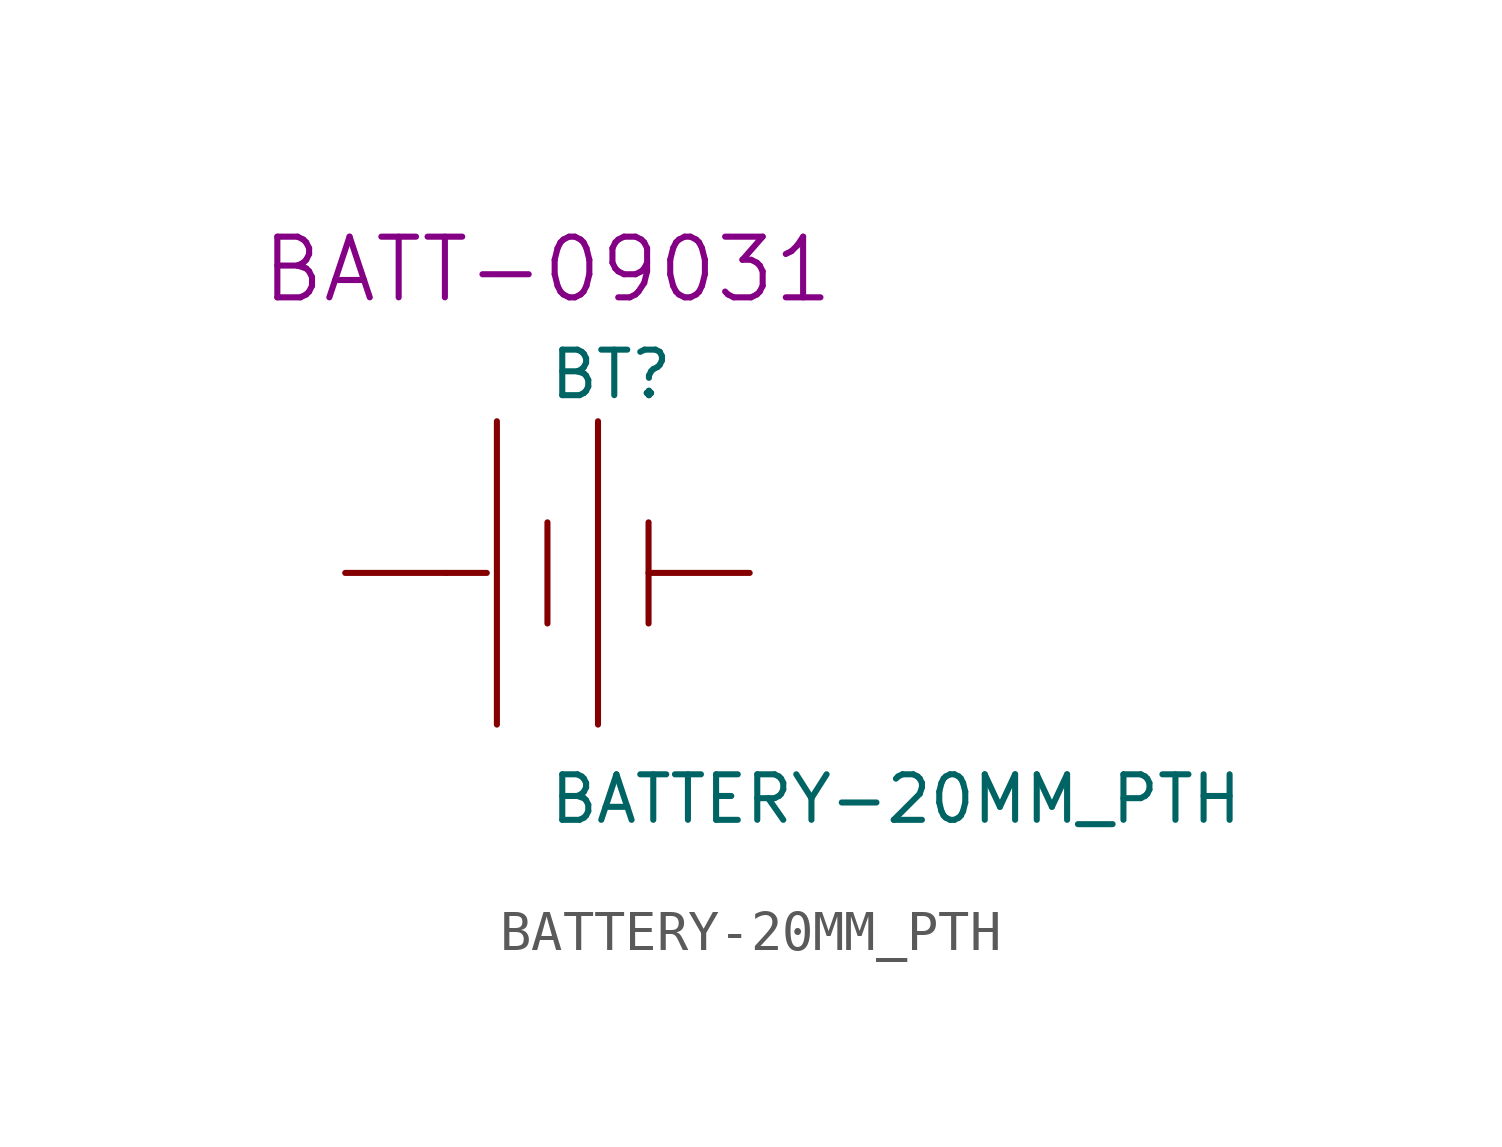
<source format=kicad_sym>
(kicad_symbol_lib
  (version 20211014)
  (generator kicad_symbol_editor)
  (symbol "BATTERY-20MM_PTH"
    (pin_numbers hide)
    (pin_names
      (offset 1.016) hide)
    (property "Reference" "BT"
      (at 0 4.318 0)
      (effects (font (size 1.143 1.143)) (justify left bottom)))
    (property "Value" "BATTERY-20MM_PTH"
      (at 0 -6.35 0)
      (effects (font (size 1.143 1.143)) (justify left bottom)))
    (property "Field4" "BATT-09031"
      (at 0 7.62 0)
      (effects (font (size 1.524 1.524))))
    (property "ki_locked" ""
      (at 0 0 0)
      (effects (font (size 1.27 1.27))))
    (symbol "BATTERY-20MM_PTH_1_0"
      (polyline (pts (xy -2.54 0) (xy -1.524 0)) (stroke (width 0) (type default) (color 0 0 0 0)) (fill (type none)))
      (polyline (pts (xy -1.27 3.81) (xy -1.27 -3.81)) (stroke (width 0) (type default) (color 0 0 0 0)) (fill (type none)))
      (polyline (pts (xy 0 1.27) (xy 0 -1.27)) (stroke (width 0) (type default) (color 0 0 0 0)) (fill (type none)))
      (polyline (pts (xy 1.27 3.81) (xy 1.27 -3.81)) (stroke (width 0) (type default) (color 0 0 0 0)) (fill (type none)))
      (polyline (pts (xy 2.54 1.27) (xy 2.54 -1.27)) (stroke (width 0) (type default) (color 0 0 0 0)) (fill (type none))))
    (symbol "BATTERY-20MM_PTH_1_1"
      (pin power_in line (at -5.08 0 0) (length 2.54) (name "+" (effects (font (size 1.016 1.016)))) (number "1" (effects (font (size 1.016 1.016)))))
      (pin power_in line (at 5.08 0 180) (length 2.54) (name "-" (effects (font (size 1.016 1.016)))) (number "2" (effects (font (size 1.016 1.016))))))))
</source>
